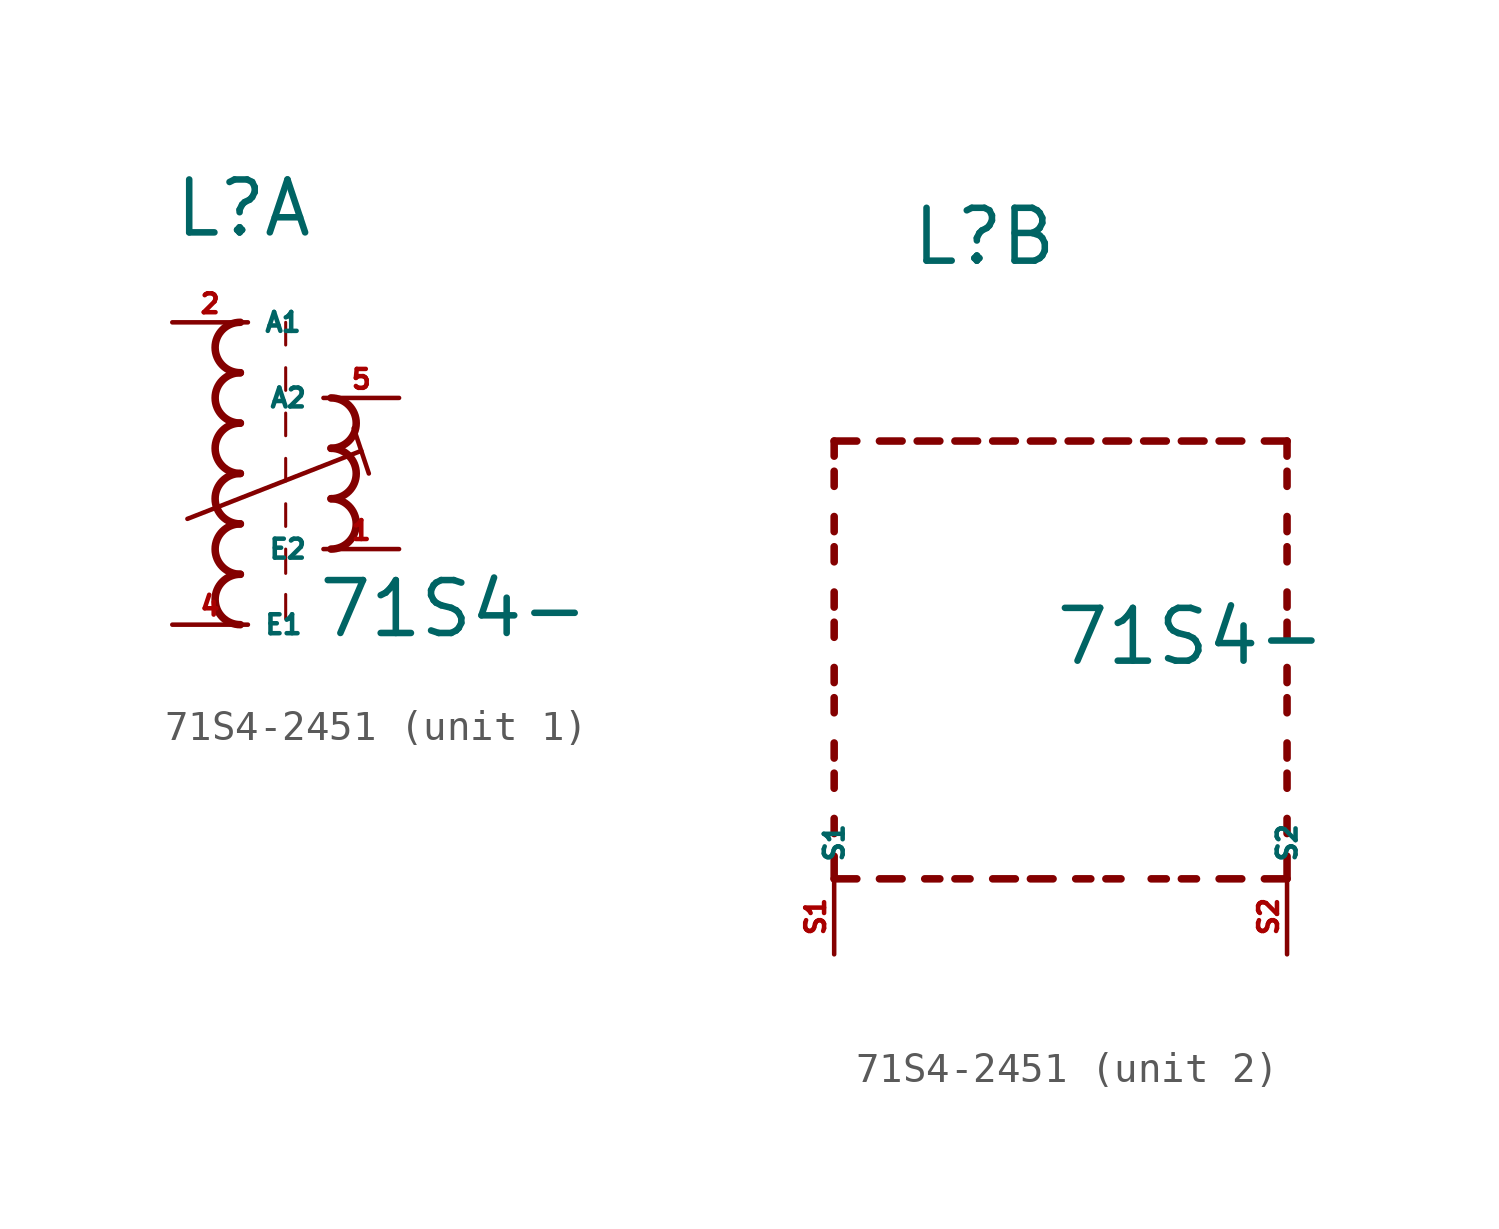
<source format=kicad_sym>
(kicad_symbol_lib
  (version 20220914)
  (generator kicad_symbol_editor)
  (symbol "71S4-2451"
    (property "Reference" "L"
      (at -2.54 7.874 0)
      (effects (font (size 1.778 1.778) (thickness 0.22)) (justify left bottom)))
    (property "Value" "71S4-"
      (at 2.286 -5.588 0)
      (effects (font (size 1.778 1.778) (thickness 0.22)) (justify left bottom)))
    (symbol "71S4-2451_1_0"
      (arc (start -0.254 -3.3866) (mid -1.1004 -4.2333) (end -0.254 -5.08) (stroke (width 0.254) (type default)) (fill (type none)))
      (arc (start -0.254 -1.6932) (mid -1.1004 -2.5399) (end -0.254 -3.3866) (stroke (width 0.254) (type default)) (fill (type none)))
      (arc (start -0.254 0) (mid -1.1004 -0.8467) (end -0.254 -1.6934) (stroke (width 0.254) (type default)) (fill (type none)))
      (arc (start -0.254 1.6934) (mid -1.1004 0.8467) (end -0.254 0) (stroke (width 0.254) (type default)) (fill (type none)))
      (arc (start -0.254 3.3866) (mid -1.1002 2.54) (end -0.254 1.6934) (stroke (width 0.254) (type default)) (fill (type none)))
      (arc (start -0.254 5.08) (mid -1.1004 4.2333) (end -0.254 3.3866) (stroke (width 0.254) (type default)) (fill (type none)))
      (polyline (pts (xy -2.032 -1.524) (xy 3.81 0.762)) (stroke (width 0.152) (type default)) (fill (type none)))
      (polyline (pts (xy 1.27 -4.064) (xy 1.27 -4.88)) (stroke (width 0.102) (type default)) (fill (type none)))
      (polyline (pts (xy 1.27 -2.54) (xy 1.27 -3.356)) (stroke (width 0.102) (type default)) (fill (type none)))
      (polyline (pts (xy 1.27 -1.016) (xy 1.27 -1.778)) (stroke (width 0.102) (type default)) (fill (type none)))
      (polyline (pts (xy 1.27 0.508) (xy 1.27 -0.254)) (stroke (width 0.102) (type default)) (fill (type none)))
      (polyline (pts (xy 1.27 2.032) (xy 1.27 1.27)) (stroke (width 0.102) (type default)) (fill (type none)))
      (polyline (pts (xy 1.27 3.556) (xy 1.27 2.794)) (stroke (width 0.102) (type default)) (fill (type none)))
      (polyline (pts (xy 1.27 5.08) (xy 1.27 4.318)) (stroke (width 0.102) (type default)) (fill (type none)))
      (polyline (pts (xy 3.556 1.524) (xy 4.064 0)) (stroke (width 0.152) (type default)) (fill (type none)))
      (arc (start 2.794 -2.54) (mid 3.6404 -1.6933) (end 2.794 -0.8466) (stroke (width 0.254) (type default)) (fill (type none)))
      (arc (start 2.794 -0.8466) (mid 3.6402 0) (end 2.794 0.8466) (stroke (width 0.254) (type default)) (fill (type none)))
      (arc (start 2.794 0.8466) (mid 3.6404 1.6933) (end 2.794 2.54) (stroke (width 0.254) (type default)) (fill (type none)))
      (pin passive line (at 5.08 -2.54 180) (length 2.54) (name "E2" (effects (font (size 0.635 0.635)))) (number "1" (effects (font (size 0.635 0.635)))))
      (pin passive line (at -2.54 5.08 0) (length 2.54) (name "A1" (effects (font (size 0.635 0.635)))) (number "2" (effects (font (size 0.635 0.635)))))
      (pin passive line (at -2.54 -5.08 0) (length 2.54) (name "E1" (effects (font (size 0.635 0.635)))) (number "4" (effects (font (size 0.635 0.635)))))
      (pin passive line (at 5.08 2.54 180) (length 2.54) (name "A2" (effects (font (size 0.635 0.635)))) (number "5" (effects (font (size 0.635 0.635))))))
    (symbol "71S4-2451_2_0"
      (polyline (pts (xy -5.08 -12.7) (xy -5.08 -11.938)) (stroke (width 0.254) (type default)) (fill (type none)))
      (polyline (pts (xy -5.08 -12.7) (xy -4.318 -12.7)) (stroke (width 0.254) (type default)) (fill (type none)))
      (polyline (pts (xy -5.08 -11.176) (xy -5.08 -10.668)) (stroke (width 0.254) (type default)) (fill (type none)))
      (polyline (pts (xy -5.08 -9.652) (xy -5.08 -9.144)) (stroke (width 0.254) (type default)) (fill (type none)))
      (polyline (pts (xy -5.08 -8.636) (xy -5.08 -8.128)) (stroke (width 0.254) (type default)) (fill (type none)))
      (polyline (pts (xy -5.08 -7.112) (xy -5.08 -6.604)) (stroke (width 0.254) (type default)) (fill (type none)))
      (polyline (pts (xy -5.08 -6.096) (xy -5.08 -5.588)) (stroke (width 0.254) (type default)) (fill (type none)))
      (polyline (pts (xy -5.08 -4.572) (xy -5.08 -4.064)) (stroke (width 0.254) (type default)) (fill (type none)))
      (polyline (pts (xy -5.08 -3.556) (xy -5.08 -3.048)) (stroke (width 0.254) (type default)) (fill (type none)))
      (polyline (pts (xy -5.08 -2.032) (xy -5.08 -1.524)) (stroke (width 0.254) (type default)) (fill (type none)))
      (polyline (pts (xy -5.08 -1.016) (xy -5.08 -0.508)) (stroke (width 0.254) (type default)) (fill (type none)))
      (polyline (pts (xy -5.08 0.508) (xy -5.08 1.016)) (stroke (width 0.254) (type default)) (fill (type none)))
      (polyline (pts (xy -5.08 1.524) (xy -5.08 2.032)) (stroke (width 0.254) (type default)) (fill (type none)))
      (polyline (pts (xy -5.08 2.032) (xy -4.318 2.032)) (stroke (width 0.254) (type default)) (fill (type none)))
      (polyline (pts (xy -3.556 -12.7) (xy -2.794 -12.7)) (stroke (width 0.254) (type default)) (fill (type none)))
      (polyline (pts (xy -3.556 2.032) (xy -2.794 2.032)) (stroke (width 0.254) (type default)) (fill (type none)))
      (polyline (pts (xy -1.524 -12.7) (xy -2.032 -12.7)) (stroke (width 0.254) (type default)) (fill (type none)))
      (polyline (pts (xy -1.524 2.032) (xy -2.286 2.032)) (stroke (width 0.254) (type default)) (fill (type none)))
      (polyline (pts (xy -1.016 2.032) (xy -0.254 2.032)) (stroke (width 0.254) (type default)) (fill (type none)))
      (polyline (pts (xy -0.508 -12.7) (xy -1.016 -12.7)) (stroke (width 0.254) (type default)) (fill (type none)))
      (polyline (pts (xy 1.016 -12.7) (xy 0.254 -12.7)) (stroke (width 0.254) (type default)) (fill (type none)))
      (polyline (pts (xy 1.016 2.032) (xy 0.254 2.032)) (stroke (width 0.254) (type default)) (fill (type none)))
      (polyline (pts (xy 1.524 -12.7) (xy 2.286 -12.7)) (stroke (width 0.254) (type default)) (fill (type none)))
      (polyline (pts (xy 1.524 2.032) (xy 2.286 2.032)) (stroke (width 0.254) (type default)) (fill (type none)))
      (polyline (pts (xy 3.556 -12.7) (xy 3.048 -12.7)) (stroke (width 0.254) (type default)) (fill (type none)))
      (polyline (pts (xy 3.556 2.032) (xy 2.794 2.032)) (stroke (width 0.254) (type default)) (fill (type none)))
      (polyline (pts (xy 4.064 2.032) (xy 4.826 2.032)) (stroke (width 0.254) (type default)) (fill (type none)))
      (polyline (pts (xy 4.572 -12.7) (xy 4.064 -12.7)) (stroke (width 0.254) (type default)) (fill (type none)))
      (polyline (pts (xy 6.096 -12.7) (xy 5.588 -12.7)) (stroke (width 0.254) (type default)) (fill (type none)))
      (polyline (pts (xy 6.096 2.032) (xy 5.334 2.032)) (stroke (width 0.254) (type default)) (fill (type none)))
      (polyline (pts (xy 6.604 2.032) (xy 7.366 2.032)) (stroke (width 0.254) (type default)) (fill (type none)))
      (polyline (pts (xy 7.112 -12.7) (xy 6.604 -12.7)) (stroke (width 0.254) (type default)) (fill (type none)))
      (polyline (pts (xy 8.636 -12.7) (xy 7.874 -12.7)) (stroke (width 0.254) (type default)) (fill (type none)))
      (polyline (pts (xy 8.636 2.032) (xy 7.874 2.032)) (stroke (width 0.254) (type default)) (fill (type none)))
      (polyline (pts (xy 10.16 -12.7) (xy 9.398 -12.7)) (stroke (width 0.254) (type default)) (fill (type none)))
      (polyline (pts (xy 10.16 -12.7) (xy 10.16 -11.938)) (stroke (width 0.254) (type default)) (fill (type none)))
      (polyline (pts (xy 10.16 -11.176) (xy 10.16 -10.668)) (stroke (width 0.254) (type default)) (fill (type none)))
      (polyline (pts (xy 10.16 -9.652) (xy 10.16 -9.144)) (stroke (width 0.254) (type default)) (fill (type none)))
      (polyline (pts (xy 10.16 -8.636) (xy 10.16 -8.128)) (stroke (width 0.254) (type default)) (fill (type none)))
      (polyline (pts (xy 10.16 -7.112) (xy 10.16 -6.604)) (stroke (width 0.254) (type default)) (fill (type none)))
      (polyline (pts (xy 10.16 -6.096) (xy 10.16 -5.588)) (stroke (width 0.254) (type default)) (fill (type none)))
      (polyline (pts (xy 10.16 -4.572) (xy 10.16 -4.064)) (stroke (width 0.254) (type default)) (fill (type none)))
      (polyline (pts (xy 10.16 -3.556) (xy 10.16 -3.048)) (stroke (width 0.254) (type default)) (fill (type none)))
      (polyline (pts (xy 10.16 -2.032) (xy 10.16 -1.524)) (stroke (width 0.254) (type default)) (fill (type none)))
      (polyline (pts (xy 10.16 -1.016) (xy 10.16 -0.508)) (stroke (width 0.254) (type default)) (fill (type none)))
      (polyline (pts (xy 10.16 0.508) (xy 10.16 1.016)) (stroke (width 0.254) (type default)) (fill (type none)))
      (polyline (pts (xy 10.16 1.524) (xy 10.16 2.032)) (stroke (width 0.254) (type default)) (fill (type none)))
      (polyline (pts (xy 10.16 2.032) (xy 9.398 2.032)) (stroke (width 0.254) (type default)) (fill (type none)))
      (pin passive line (at -5.08 -15.24 90) (length 2.54) (name "S1" (effects (font (size 0.635 0.635)))) (number "S1" (effects (font (size 0.635 0.635)))))
      (pin passive line (at 10.16 -15.24 90) (length 2.54) (name "S2" (effects (font (size 0.635 0.635)))) (number "S2" (effects (font (size 0.635 0.635))))))))
</source>
